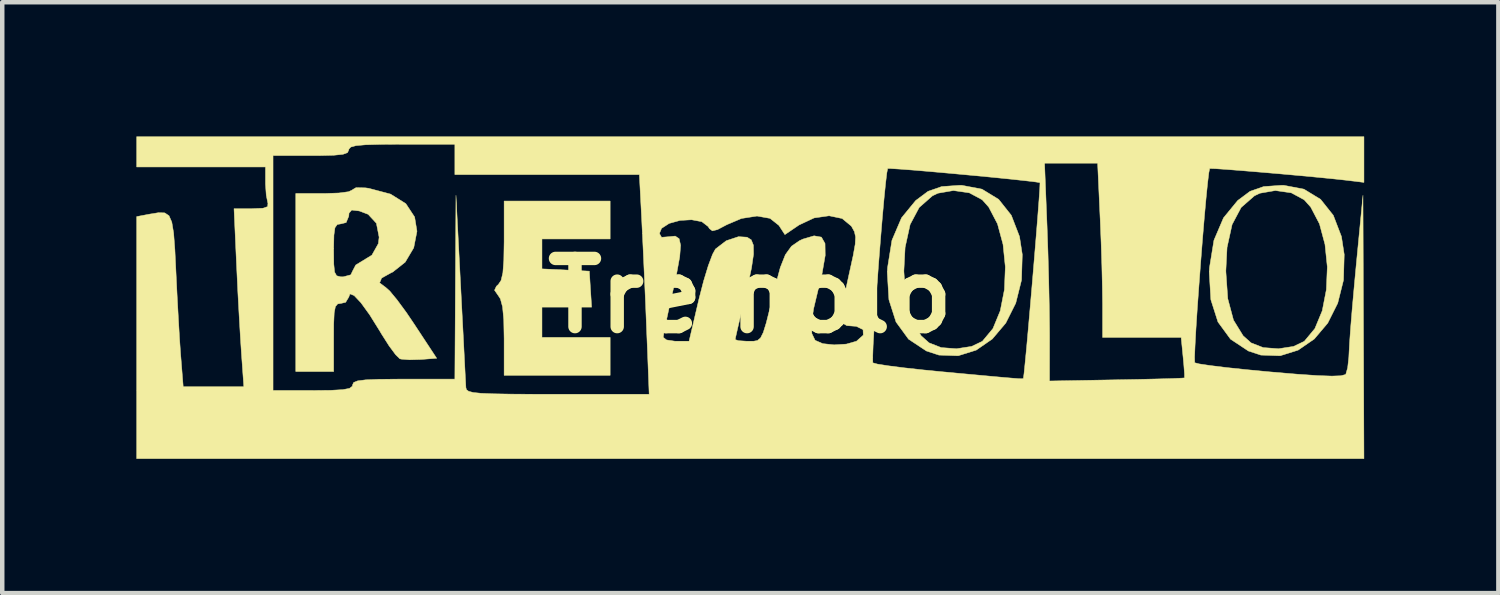
<source format=kicad_pcb>
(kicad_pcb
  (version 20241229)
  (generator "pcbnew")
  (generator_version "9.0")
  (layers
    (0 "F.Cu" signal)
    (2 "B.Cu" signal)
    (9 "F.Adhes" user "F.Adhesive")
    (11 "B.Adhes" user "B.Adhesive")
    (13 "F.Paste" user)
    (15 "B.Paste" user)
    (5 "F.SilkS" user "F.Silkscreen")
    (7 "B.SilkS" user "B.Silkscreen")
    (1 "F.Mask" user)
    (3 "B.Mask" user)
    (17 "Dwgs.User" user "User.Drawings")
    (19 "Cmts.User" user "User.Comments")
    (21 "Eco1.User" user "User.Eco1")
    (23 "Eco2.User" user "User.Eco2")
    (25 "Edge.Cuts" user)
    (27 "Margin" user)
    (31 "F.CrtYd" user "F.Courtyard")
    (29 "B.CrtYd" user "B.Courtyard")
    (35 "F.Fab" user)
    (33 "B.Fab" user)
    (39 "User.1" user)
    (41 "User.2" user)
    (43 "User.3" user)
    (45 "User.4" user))
  (footprint "Tremolo"
    (layer "F.Cu")
    (at 13.721 3.561)
    (property "Reference" "Tremolo" (at 0 0 0) (layer "F.SilkS") (effects (font (size 1.524 1.524) (thickness 0.3))))
    (attr through_hole)
    (fp_poly (pts (xy -3.133 -1.27) (xy -4.657 -1.27) (xy -4.657 -0.601) (xy -4.128 -0.576) (xy -3.598 -0.55) (xy -3.573 -0.148) (xy -3.547 0.254) (xy -4.657 0.254) (xy -4.657 0.931) (xy -3.133 0.931) (xy -3.133 1.778) (xy -5.503 1.778) (xy -5.503 0.959) (xy -5.511 0.534) (xy -5.538 0.247) (xy -5.586 0.069) (xy -5.632 -0.002) (xy -5.717 -0.124) (xy -5.675 -0.214) (xy -5.632 -0.252) (xy -5.571 -0.343) (xy -5.531 -0.512) (xy -5.51 -0.79) (xy -5.503 -1.204) (xy -5.503 -1.238) (xy -5.503 -2.117) (xy -3.133 -2.117) (xy -3.133 -1.27)) (stroke (width 0.01) (type solid)) (fill yes) (layer "F.SilkS"))
    (fp_poly (pts (xy 4.727 -2.469) (xy 5.178 -2.383) (xy 5.551 -2.155) (xy 5.834 -1.798) (xy 6.017 -1.324) (xy 6.079 -0.922) (xy 6.062 -0.351) (xy 5.933 0.165) (xy 5.71 0.61) (xy 5.409 0.966) (xy 5.049 1.215) (xy 4.645 1.341) (xy 4.216 1.326) (xy 3.937 1.235) (xy 3.537 0.97) (xy 3.257 0.586) (xy 3.098 0.088) (xy 3.061 -0.522) (xy 3.063 -0.55) (xy 3.432 -0.55) (xy 3.475 0.065) (xy 3.603 0.544) (xy 3.819 0.895) (xy 3.997 1.053) (xy 4.267 1.158) (xy 4.609 1.184) (xy 4.946 1.132) (xy 5.186 1.018) (xy 5.423 0.733) (xy 5.587 0.335) (xy 5.68 -0.138) (xy 5.7 -0.645) (xy 5.649 -1.148) (xy 5.525 -1.607) (xy 5.329 -1.982) (xy 5.184 -2.145) (xy 4.894 -2.301) (xy 4.54 -2.352) (xy 4.193 -2.292) (xy 4.071 -2.234) (xy 3.775 -1.974) (xy 3.572 -1.593) (xy 3.46 -1.081) (xy 3.432 -0.55) (xy 3.063 -0.55) (xy 3.067 -0.625) (xy 3.166 -1.241) (xy 3.38 -1.742) (xy 3.696 -2.128) (xy 3.972 -2.334) (xy 4.278 -2.441) (xy 4.675 -2.469) (xy 4.727 -2.469)) (stroke (width 0.01) (type solid)) (fill yes) (layer "F.SilkS"))
    (fp_poly (pts (xy 11.923 -2.469) (xy 12.374 -2.383) (xy 12.747 -2.155) (xy 13.031 -1.798) (xy 13.213 -1.324) (xy 13.275 -0.922) (xy 13.259 -0.351) (xy 13.13 0.165) (xy 12.907 0.61) (xy 12.606 0.966) (xy 12.245 1.215) (xy 11.842 1.341) (xy 11.412 1.326) (xy 11.134 1.235) (xy 10.734 0.97) (xy 10.453 0.586) (xy 10.294 0.088) (xy 10.258 -0.522) (xy 10.259 -0.55) (xy 10.629 -0.55) (xy 10.672 0.065) (xy 10.8 0.544) (xy 11.016 0.895) (xy 11.194 1.053) (xy 11.464 1.158) (xy 11.806 1.184) (xy 12.143 1.132) (xy 12.382 1.018) (xy 12.619 0.733) (xy 12.784 0.335) (xy 12.876 -0.138) (xy 12.897 -0.645) (xy 12.845 -1.148) (xy 12.722 -1.607) (xy 12.526 -1.982) (xy 12.38 -2.145) (xy 12.091 -2.301) (xy 11.736 -2.352) (xy 11.39 -2.292) (xy 11.268 -2.234) (xy 10.971 -1.974) (xy 10.769 -1.593) (xy 10.656 -1.081) (xy 10.629 -0.55) (xy 10.259 -0.55) (xy 10.263 -0.625) (xy 10.363 -1.241) (xy 10.577 -1.742) (xy 10.893 -2.128) (xy 11.169 -2.334) (xy 11.475 -2.441) (xy 11.872 -2.469) (xy 11.923 -2.469)) (stroke (width 0.01) (type solid)) (fill yes) (layer "F.SilkS"))
    (fp_poly (pts (xy -8.602 -2.412) (xy -8.53 -2.402) (xy -8.042 -2.273) (xy -7.7 -2.059) (xy -7.503 -1.76) (xy -7.451 -1.442) (xy -7.523 -1.073) (xy -7.714 -0.751) (xy -7.992 -0.531) (xy -8.033 -0.512) (xy -8.241 -0.396) (xy -8.286 -0.289) (xy -8.166 -0.198) (xy -8.16 -0.196) (xy -8.06 -0.107) (xy -7.894 0.094) (xy -7.688 0.374) (xy -7.517 0.627) (xy -7.01 1.397) (xy -7.367 1.424) (xy -7.617 1.431) (xy -7.803 1.416) (xy -7.835 1.408) (xy -7.927 1.318) (xy -8.074 1.12) (xy -8.245 0.851) (xy -8.282 0.788) (xy -8.509 0.424) (xy -8.704 0.155) (xy -8.855 -0.005) (xy -8.949 -0.042) (xy -8.975 0.029) (xy -9.045 0.146) (xy -9.144 0.169) (xy -9.224 0.182) (xy -9.274 0.242) (xy -9.301 0.381) (xy -9.312 0.631) (xy -9.313 0.931) (xy -9.313 1.693) (xy -10.16 1.693) (xy -10.16 -1.016) (xy -9.313 -1.016) (xy -9.31 -0.706) (xy -9.292 -0.529) (xy -9.246 -0.447) (xy -9.158 -0.424) (xy -9.102 -0.423) (xy -8.93 -0.468) (xy -8.89 -0.553) (xy -8.82 -0.687) (xy -8.742 -0.735) (xy -8.459 -0.908) (xy -8.314 -1.166) (xy -8.297 -1.309) (xy -8.358 -1.621) (xy -8.543 -1.821) (xy -8.742 -1.896) (xy -8.91 -1.916) (xy -8.97 -1.847) (xy -8.975 -1.78) (xy -9.034 -1.637) (xy -9.144 -1.609) (xy -9.233 -1.593) (xy -9.284 -1.521) (xy -9.307 -1.356) (xy -9.313 -1.063) (xy -9.313 -1.016) (xy -10.16 -1.016) (xy -10.16 -2.286) (xy -9.525 -2.286) (xy -9.2 -2.297) (xy -8.978 -2.326) (xy -8.89 -2.369) (xy -8.89 -2.372) (xy -8.813 -2.417) (xy -8.602 -2.412)) (stroke (width 0.01) (type solid)) (fill yes) (layer "F.SilkS"))
    (fp_poly (pts (xy 13.716 -2.534) (xy 13.314 -2.583) (xy 13.057 -2.611) (xy 12.705 -2.646) (xy 12.29 -2.685) (xy 11.845 -2.725) (xy 11.4 -2.763) (xy 10.989 -2.797) (xy 10.643 -2.824) (xy 10.394 -2.841) (xy 10.274 -2.845) (xy 10.268 -2.844) (xy 10.249 -2.751) (xy 10.221 -2.518) (xy 10.186 -2.171) (xy 10.147 -1.738) (xy 10.106 -1.248) (xy 10.065 -0.727) (xy 10.026 -0.203) (xy 9.99 0.296) (xy 9.961 0.743) (xy 9.941 1.109) (xy 9.93 1.367) (xy 9.933 1.491) (xy 9.935 1.497) (xy 10.035 1.523) (xy 10.276 1.559) (xy 10.632 1.603) (xy 11.076 1.65) (xy 11.58 1.698) (xy 11.623 1.702) (xy 12.227 1.753) (xy 12.68 1.784) (xy 12.999 1.795) (xy 13.199 1.788) (xy 13.299 1.762) (xy 13.312 1.749) (xy 13.352 1.609) (xy 13.378 1.373) (xy 13.383 1.27) (xy 13.394 1.063) (xy 13.418 0.722) (xy 13.454 0.284) (xy 13.499 -0.217) (xy 13.542 -0.677) (xy 13.694 -2.244) (xy 13.705 0.699) (xy 13.716 3.641) (xy -13.716 3.641) (xy -13.716 -1.77) (xy -13.42 -1.826) (xy -13.228 -1.857) (xy -13.09 -1.853) (xy -12.994 -1.79) (xy -12.931 -1.647) (xy -12.89 -1.402) (xy -12.862 -1.031) (xy -12.838 -0.537) (xy -12.813 -0.025) (xy -12.785 0.491) (xy -12.758 0.957) (xy -12.733 1.318) (xy -12.728 1.376) (xy -12.676 2.032) (xy -11.321 2.032) (xy -11.374 1.291) (xy -11.398 0.922) (xy -11.426 0.442) (xy -11.455 -0.091) (xy -11.48 -0.619) (xy -11.484 -0.699) (xy -11.54 -1.947) (xy -11.137 -1.947) (xy -10.895 -1.957) (xy -10.788 -1.993) (xy -10.782 -2.07) (xy -10.786 -2.081) (xy -10.82 -2.251) (xy -10.837 -2.498) (xy -10.837 -2.547) (xy -10.837 -2.879) (xy -13.716 -2.879) (xy -13.716 -3.133) (xy -10.668 -3.133) (xy -10.668 2.117) (xy -9.779 2.117) (xy -9.373 2.113) (xy -9.109 2.098) (xy -8.959 2.07) (xy -8.897 2.023) (xy -8.89 1.99) (xy -8.866 1.938) (xy -8.777 1.902) (xy -8.599 1.879) (xy -8.307 1.867) (xy -7.876 1.863) (xy -7.747 1.863) (xy -6.604 1.863) (xy -6.592 -0.191) (xy -6.579 -2.244) (xy -6.472 -0.169) (xy -6.442 0.413) (xy -6.414 0.944) (xy -6.391 1.4) (xy -6.373 1.754) (xy -6.361 1.982) (xy -6.357 2.053) (xy -6.344 2.1) (xy -6.296 2.135) (xy -6.195 2.162) (xy -6.019 2.18) (xy -5.749 2.191) (xy -5.366 2.198) (xy -4.85 2.201) (xy -4.305 2.201) (xy -2.261 2.201) (xy -2.293 1.37) (xy 2.736 1.37) (xy 2.738 1.493) (xy 2.741 1.499) (xy 2.841 1.527) (xy 3.083 1.565) (xy 3.436 1.61) (xy 3.873 1.658) (xy 4.301 1.7) (xy 4.894 1.755) (xy 5.34 1.796) (xy 5.659 1.825) (xy 5.873 1.843) (xy 6.003 1.853) (xy 6.071 1.855) (xy 6.097 1.851) (xy 6.103 1.843) (xy 6.104 1.841) (xy 6.118 1.741) (xy 6.142 1.502) (xy 6.176 1.151) (xy 6.215 0.716) (xy 6.258 0.224) (xy 6.303 -0.297) (xy 6.347 -0.821) (xy 6.388 -1.319) (xy 6.424 -1.766) (xy 6.452 -2.133) (xy 6.47 -2.394) (xy 6.475 -2.52) (xy 6.474 -2.528) (xy 6.386 -2.543) (xy 6.161 -2.57) (xy 5.829 -2.606) (xy 5.423 -2.647) (xy 4.971 -2.69) (xy 4.507 -2.733) (xy 4.06 -2.773) (xy 3.663 -2.807) (xy 3.345 -2.831) (xy 3.137 -2.844) (xy 3.071 -2.844) (xy 3.052 -2.751) (xy 3.024 -2.517) (xy 2.989 -2.17) (xy 2.95 -1.737) (xy 2.909 -1.246) (xy 2.868 -0.725) (xy 2.829 -0.201) (xy 2.794 0.299) (xy 2.766 0.745) (xy 2.745 1.111) (xy 2.736 1.37) (xy -2.293 1.37) (xy -2.317 0.783) (xy -2.34 0.205) (xy -2.367 -0.414) (xy -2.394 -1.011) (xy -2.412 -1.392) (xy -2.032 -1.392) (xy -1.984 -1.307) (xy -1.821 -1.32) (xy -1.679 -1.334) (xy -1.592 -1.277) (xy -1.558 -1.13) (xy -1.578 -0.873) (xy -1.648 -0.487) (xy -1.726 -0.129) (xy -1.813 0.259) (xy -1.884 0.59) (xy -1.931 0.825) (xy -1.947 0.928) (xy -1.873 0.987) (xy -1.691 1.015) (xy -1.658 1.016) (xy -1.369 1.016) (xy -1.146 0.066) (xy -1.044 -0.329) (xy -0.939 -0.674) (xy -0.843 -0.929) (xy -0.779 -1.045) (xy -0.538 -1.23) (xy -0.264 -1.321) (xy -0.073 -1.309) (xy 0.021 -1.25) (xy 0.069 -1.131) (xy 0.072 -0.93) (xy 0.027 -0.623) (xy -0.066 -0.189) (xy -0.127 0.069) (xy -0.214 0.43) (xy -0.283 0.726) (xy -0.327 0.921) (xy -0.339 0.979) (xy -0.264 1.004) (xy -0.081 1.016) (xy -0.046 1.016) (xy 0.073 1.016) (xy 0.16 1) (xy 0.229 0.942) (xy 0.29 0.82) (xy 0.356 0.608) (xy 0.438 0.282) (xy 0.55 -0.183) (xy 0.557 -0.212) (xy 0.67 -0.632) (xy 0.784 -0.919) (xy 0.92 -1.107) (xy 1.099 -1.231) (xy 1.177 -1.267) (xy 1.425 -1.34) (xy 1.589 -1.311) (xy 1.67 -1.169) (xy 1.674 -0.901) (xy 1.604 -0.498) (xy 1.524 -0.169) (xy 1.414 0.292) (xy 1.366 0.622) (xy 1.376 0.845) (xy 1.444 0.987) (xy 1.456 0.999) (xy 1.619 1.07) (xy 1.873 1.097) (xy 2.147 1.08) (xy 2.368 1.017) (xy 2.376 1.013) (xy 2.525 0.88) (xy 2.52 0.757) (xy 2.37 0.683) (xy 2.286 0.677) (xy 2.156 0.667) (xy 2.074 0.618) (xy 2.039 0.507) (xy 2.05 0.308) (xy 2.104 -0.002) (xy 2.2 -0.448) (xy 2.216 -0.52) (xy 2.299 -0.898) (xy 2.344 -1.15) (xy 2.353 -1.315) (xy 2.327 -1.433) (xy 2.267 -1.542) (xy 2.257 -1.558) (xy 2.053 -1.727) (xy 1.761 -1.788) (xy 1.426 -1.74) (xy 1.089 -1.582) (xy 1.076 -1.573) (xy 0.773 -1.367) (xy 0.639 -1.573) (xy 0.441 -1.73) (xy 0.15 -1.782) (xy -0.197 -1.728) (xy -0.525 -1.589) (xy -0.734 -1.479) (xy -0.848 -1.451) (xy -0.915 -1.502) (xy -0.942 -1.547) (xy -1.084 -1.656) (xy -1.312 -1.699) (xy -1.572 -1.684) (xy -1.814 -1.617) (xy -1.984 -1.507) (xy -2.032 -1.392) (xy -2.412 -1.392) (xy -2.419 -1.523) (xy -2.426 -1.672) (xy -2.48 -2.709) (xy -6.604 -2.709) (xy -6.604 -2.963) (xy 6.577 -2.963) (xy 6.633 -1.553) (xy 6.653 -0.977) (xy 6.67 -0.362) (xy 6.682 0.231) (xy 6.688 0.737) (xy 6.689 0.881) (xy 6.688 1.905) (xy 8.19 1.878) (xy 8.674 1.869) (xy 9.095 1.859) (xy 9.425 1.85) (xy 9.637 1.841) (xy 9.705 1.836) (xy 9.705 1.751) (xy 9.69 1.548) (xy 9.674 1.376) (xy 9.63 0.931) (xy 7.874 0.931) (xy 7.874 0.191) (xy 7.869 -0.184) (xy 7.858 -0.667) (xy 7.841 -1.198) (xy 7.82 -1.718) (xy 7.818 -1.757) (xy 7.763 -2.963) (xy 6.577 -2.963) (xy -6.604 -2.963) (xy -6.604 -3.387) (xy -7.789 -3.387) (xy -8.267 -3.384) (xy -8.6 -3.375) (xy -8.813 -3.356) (xy -8.928 -3.325) (xy -8.972 -3.28) (xy -8.975 -3.26) (xy -9.003 -3.2) (xy -9.105 -3.162) (xy -9.31 -3.141) (xy -9.645 -3.133) (xy -9.821 -3.133) (xy -10.668 -3.133) (xy -13.716 -3.133) (xy -13.716 -3.556) (xy 13.716 -3.556) (xy 13.716 -2.534)) (stroke (width 0.01) (type solid)) (fill yes) (layer "F.SilkS")))
  (gr_rect
    (start -3 -3)
    (end 30.442 10.207)
    (stroke (width 0.1) (type default))
    (fill no)
    (layer "Edge.Cuts")))
</source>
